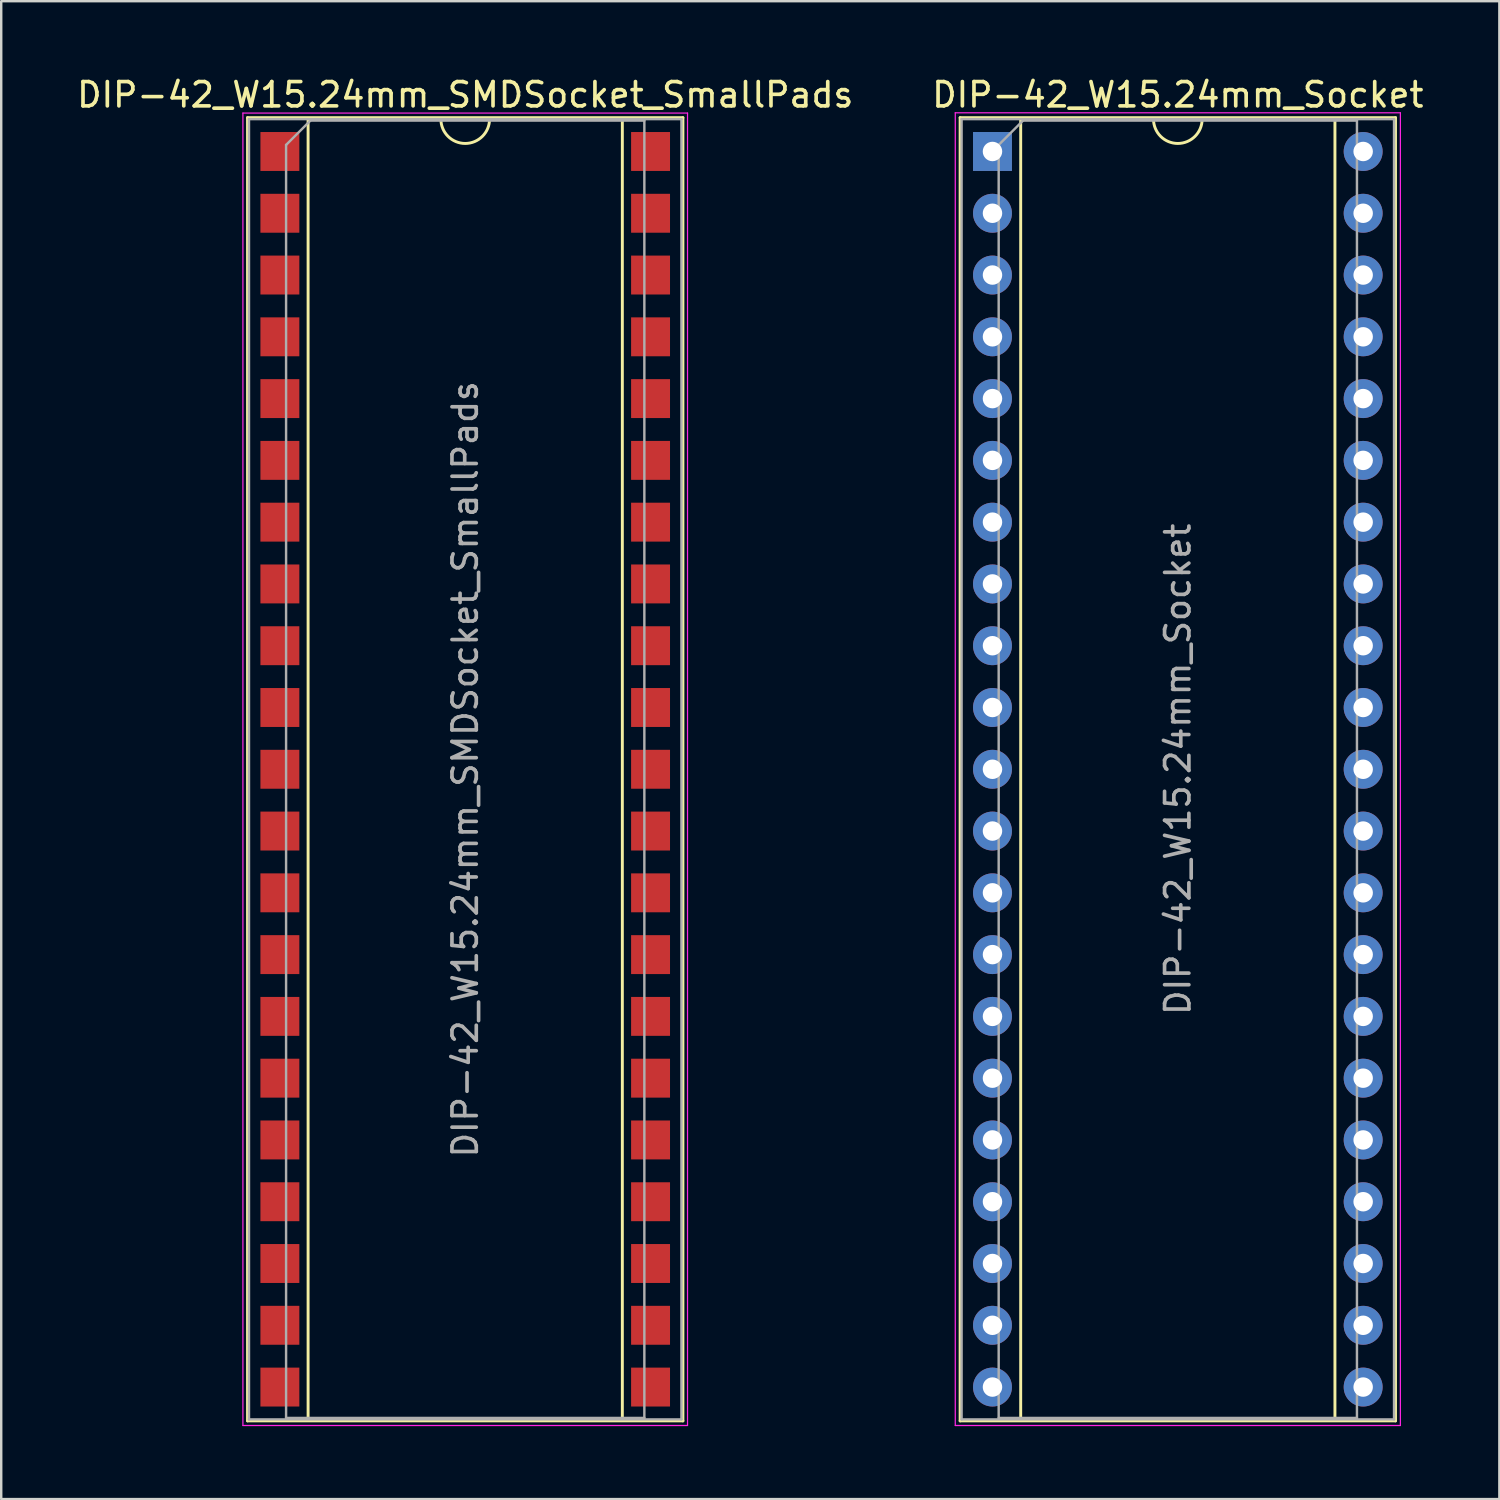
<source format=kicad_pcb>
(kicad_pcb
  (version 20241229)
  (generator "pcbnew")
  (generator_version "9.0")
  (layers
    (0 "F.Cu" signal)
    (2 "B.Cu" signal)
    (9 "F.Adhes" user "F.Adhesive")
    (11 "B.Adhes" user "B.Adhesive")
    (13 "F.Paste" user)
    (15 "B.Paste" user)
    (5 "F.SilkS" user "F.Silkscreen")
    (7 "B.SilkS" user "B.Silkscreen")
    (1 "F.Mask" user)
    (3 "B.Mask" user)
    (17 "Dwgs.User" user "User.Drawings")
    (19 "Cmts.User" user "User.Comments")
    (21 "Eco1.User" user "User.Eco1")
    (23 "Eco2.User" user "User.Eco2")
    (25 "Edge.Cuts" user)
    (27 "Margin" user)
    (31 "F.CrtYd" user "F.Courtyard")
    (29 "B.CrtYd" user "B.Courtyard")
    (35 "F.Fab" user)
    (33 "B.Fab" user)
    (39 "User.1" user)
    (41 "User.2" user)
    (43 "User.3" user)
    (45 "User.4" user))
  (footprint "DIP-42_W15.24mm_Socket"
    (layer "F.Cu")
    (at 37.755 3.178)
    (property "Reference" "DIP-42_W15.24mm_Socket" (at 7.62 -2.33 0) (layer "F.SilkS") (effects (font (size 1 1) (thickness 0.15))))
    (attr through_hole)
    (fp_line (start -1.33 -1.39) (end -1.33 52.19) (stroke (width 0.12) (type solid)) (layer "F.SilkS"))
    (fp_line (start -1.33 52.19) (end 16.57 52.19) (stroke (width 0.12) (type solid)) (layer "F.SilkS"))
    (fp_line (start 1.16 -1.33) (end 1.16 52.13) (stroke (width 0.12) (type solid)) (layer "F.SilkS"))
    (fp_line (start 1.16 52.13) (end 14.08 52.13) (stroke (width 0.12) (type solid)) (layer "F.SilkS"))
    (fp_line (start 6.62 -1.33) (end 1.16 -1.33) (stroke (width 0.12) (type solid)) (layer "F.SilkS"))
    (fp_line (start 14.08 -1.33) (end 8.62 -1.33) (stroke (width 0.12) (type solid)) (layer "F.SilkS"))
    (fp_line (start 14.08 52.13) (end 14.08 -1.33) (stroke (width 0.12) (type solid)) (layer "F.SilkS"))
    (fp_line (start 16.57 -1.39) (end -1.33 -1.39) (stroke (width 0.12) (type solid)) (layer "F.SilkS"))
    (fp_line (start 16.57 52.19) (end 16.57 -1.39) (stroke (width 0.12) (type solid)) (layer "F.SilkS"))
    (fp_arc (start 8.62 -1.33) (mid 7.62 -0.33) (end 6.62 -1.33) (stroke (width 0.12) (type solid)) (layer "F.SilkS"))
    (fp_line (start -1.53 -1.59) (end -1.53 52.38) (stroke (width 0.05) (type solid)) (layer "F.CrtYd"))
    (fp_line (start -1.53 52.38) (end 16.77 52.38) (stroke (width 0.05) (type solid)) (layer "F.CrtYd"))
    (fp_line (start 16.77 -1.59) (end -1.53 -1.59) (stroke (width 0.05) (type solid)) (layer "F.CrtYd"))
    (fp_line (start 16.77 52.38) (end 16.77 -1.59) (stroke (width 0.05) (type solid)) (layer "F.CrtYd"))
    (fp_line (start -1.27 -1.33) (end -1.27 52.13) (stroke (width 0.1) (type solid)) (layer "F.Fab"))
    (fp_line (start -1.27 52.13) (end 16.51 52.13) (stroke (width 0.1) (type solid)) (layer "F.Fab"))
    (fp_line (start 0.255 -0.27) (end 1.255 -1.27) (stroke (width 0.1) (type solid)) (layer "F.Fab"))
    (fp_line (start 0.255 52.07) (end 0.255 -0.27) (stroke (width 0.1) (type solid)) (layer "F.Fab"))
    (fp_line (start 1.255 -1.27) (end 14.985 -1.27) (stroke (width 0.1) (type solid)) (layer "F.Fab"))
    (fp_line (start 14.985 -1.27) (end 14.985 52.07) (stroke (width 0.1) (type solid)) (layer "F.Fab"))
    (fp_line (start 14.985 52.07) (end 0.255 52.07) (stroke (width 0.1) (type solid)) (layer "F.Fab"))
    (fp_line (start 16.51 -1.33) (end -1.27 -1.33) (stroke (width 0.1) (type solid)) (layer "F.Fab"))
    (fp_line (start 16.51 52.13) (end 16.51 -1.33) (stroke (width 0.1) (type solid)) (layer "F.Fab"))
    (fp_text user "${REFERENCE}" (at 7.62 25.4 90) (layer "F.Fab") (effects (font (size 1 1) (thickness 0.15))))
    (pad "1" thru_hole rect (at 0 0) (size 1.6 1.6) (drill 0.8) (layers "*.Cu" "*.Mask"))
    (pad "2" thru_hole circle (at 0 2.54) (size 1.6 1.6) (drill 0.8) (layers "*.Cu" "*.Mask"))
    (pad "3" thru_hole circle (at 0 5.08) (size 1.6 1.6) (drill 0.8) (layers "*.Cu" "*.Mask"))
    (pad "4" thru_hole circle (at 0 7.62) (size 1.6 1.6) (drill 0.8) (layers "*.Cu" "*.Mask"))
    (pad "5" thru_hole circle (at 0 10.16) (size 1.6 1.6) (drill 0.8) (layers "*.Cu" "*.Mask"))
    (pad "6" thru_hole circle (at 0 12.7) (size 1.6 1.6) (drill 0.8) (layers "*.Cu" "*.Mask"))
    (pad "7" thru_hole circle (at 0 15.24) (size 1.6 1.6) (drill 0.8) (layers "*.Cu" "*.Mask"))
    (pad "8" thru_hole circle (at 0 17.78) (size 1.6 1.6) (drill 0.8) (layers "*.Cu" "*.Mask"))
    (pad "9" thru_hole circle (at 0 20.32) (size 1.6 1.6) (drill 0.8) (layers "*.Cu" "*.Mask"))
    (pad "10" thru_hole circle (at 0 22.86) (size 1.6 1.6) (drill 0.8) (layers "*.Cu" "*.Mask"))
    (pad "11" thru_hole circle (at 0 25.4) (size 1.6 1.6) (drill 0.8) (layers "*.Cu" "*.Mask"))
    (pad "12" thru_hole circle (at 0 27.94) (size 1.6 1.6) (drill 0.8) (layers "*.Cu" "*.Mask"))
    (pad "13" thru_hole circle (at 0 30.48) (size 1.6 1.6) (drill 0.8) (layers "*.Cu" "*.Mask"))
    (pad "14" thru_hole circle (at 0 33.02) (size 1.6 1.6) (drill 0.8) (layers "*.Cu" "*.Mask"))
    (pad "15" thru_hole circle (at 0 35.56) (size 1.6 1.6) (drill 0.8) (layers "*.Cu" "*.Mask"))
    (pad "16" thru_hole circle (at 0 38.1) (size 1.6 1.6) (drill 0.8) (layers "*.Cu" "*.Mask"))
    (pad "17" thru_hole circle (at 0 40.64) (size 1.6 1.6) (drill 0.8) (layers "*.Cu" "*.Mask"))
    (pad "18" thru_hole circle (at 0 43.18) (size 1.6 1.6) (drill 0.8) (layers "*.Cu" "*.Mask"))
    (pad "19" thru_hole circle (at 0 45.72) (size 1.6 1.6) (drill 0.8) (layers "*.Cu" "*.Mask"))
    (pad "20" thru_hole circle (at 0 48.26) (size 1.6 1.6) (drill 0.8) (layers "*.Cu" "*.Mask"))
    (pad "21" thru_hole circle (at 0 50.8) (size 1.6 1.6) (drill 0.8) (layers "*.Cu" "*.Mask"))
    (pad "22" thru_hole circle (at 15.24 50.8) (size 1.6 1.6) (drill 0.8) (layers "*.Cu" "*.Mask"))
    (pad "23" thru_hole circle (at 15.24 48.26) (size 1.6 1.6) (drill 0.8) (layers "*.Cu" "*.Mask"))
    (pad "24" thru_hole circle (at 15.24 45.72) (size 1.6 1.6) (drill 0.8) (layers "*.Cu" "*.Mask"))
    (pad "25" thru_hole circle (at 15.24 43.18) (size 1.6 1.6) (drill 0.8) (layers "*.Cu" "*.Mask"))
    (pad "26" thru_hole circle (at 15.24 40.64) (size 1.6 1.6) (drill 0.8) (layers "*.Cu" "*.Mask"))
    (pad "27" thru_hole circle (at 15.24 38.1) (size 1.6 1.6) (drill 0.8) (layers "*.Cu" "*.Mask"))
    (pad "28" thru_hole circle (at 15.24 35.56) (size 1.6 1.6) (drill 0.8) (layers "*.Cu" "*.Mask"))
    (pad "29" thru_hole circle (at 15.24 33.02) (size 1.6 1.6) (drill 0.8) (layers "*.Cu" "*.Mask"))
    (pad "30" thru_hole circle (at 15.24 30.48) (size 1.6 1.6) (drill 0.8) (layers "*.Cu" "*.Mask"))
    (pad "31" thru_hole circle (at 15.24 27.94) (size 1.6 1.6) (drill 0.8) (layers "*.Cu" "*.Mask"))
    (pad "32" thru_hole circle (at 15.24 25.4) (size 1.6 1.6) (drill 0.8) (layers "*.Cu" "*.Mask"))
    (pad "33" thru_hole circle (at 15.24 22.86) (size 1.6 1.6) (drill 0.8) (layers "*.Cu" "*.Mask"))
    (pad "34" thru_hole circle (at 15.24 20.32) (size 1.6 1.6) (drill 0.8) (layers "*.Cu" "*.Mask"))
    (pad "35" thru_hole circle (at 15.24 17.78) (size 1.6 1.6) (drill 0.8) (layers "*.Cu" "*.Mask"))
    (pad "36" thru_hole circle (at 15.24 15.24) (size 1.6 1.6) (drill 0.8) (layers "*.Cu" "*.Mask"))
    (pad "37" thru_hole circle (at 15.24 12.7) (size 1.6 1.6) (drill 0.8) (layers "*.Cu" "*.Mask"))
    (pad "38" thru_hole circle (at 15.24 10.16) (size 1.6 1.6) (drill 0.8) (layers "*.Cu" "*.Mask"))
    (pad "39" thru_hole circle (at 15.24 7.62) (size 1.6 1.6) (drill 0.8) (layers "*.Cu" "*.Mask"))
    (pad "40" thru_hole circle (at 15.24 5.08) (size 1.6 1.6) (drill 0.8) (layers "*.Cu" "*.Mask"))
    (pad "41" thru_hole circle (at 15.24 2.54) (size 1.6 1.6) (drill 0.8) (layers "*.Cu" "*.Mask"))
    (pad "42" thru_hole circle (at 15.24 0) (size 1.6 1.6) (drill 0.8) (layers "*.Cu" "*.Mask")))
  (footprint "DIP-42_W15.24mm_SMDSocket_SmallPads"
    (layer "F.Cu")
    (at 16.077 28.578)
    (property "Reference" "DIP-42_W15.24mm_SMDSocket_SmallPads" (at 0 -27.73 0) (layer "F.SilkS") (effects (font (size 1 1) (thickness 0.15))))
    (attr smd)
    (fp_line (start -8.95 -26.79) (end -8.95 26.79) (stroke (width 0.12) (type solid)) (layer "F.SilkS"))
    (fp_line (start -8.95 26.79) (end 8.95 26.79) (stroke (width 0.12) (type solid)) (layer "F.SilkS"))
    (fp_line (start -6.46 -26.73) (end -6.46 26.73) (stroke (width 0.12) (type solid)) (layer "F.SilkS"))
    (fp_line (start -6.46 26.73) (end 6.46 26.73) (stroke (width 0.12) (type solid)) (layer "F.SilkS"))
    (fp_line (start -1 -26.73) (end -6.46 -26.73) (stroke (width 0.12) (type solid)) (layer "F.SilkS"))
    (fp_line (start 6.46 -26.73) (end 1 -26.73) (stroke (width 0.12) (type solid)) (layer "F.SilkS"))
    (fp_line (start 6.46 26.73) (end 6.46 -26.73) (stroke (width 0.12) (type solid)) (layer "F.SilkS"))
    (fp_line (start 8.95 -26.79) (end -8.95 -26.79) (stroke (width 0.12) (type solid)) (layer "F.SilkS"))
    (fp_line (start 8.95 26.79) (end 8.95 -26.79) (stroke (width 0.12) (type solid)) (layer "F.SilkS"))
    (fp_arc (start 1 -26.73) (mid 0 -25.73) (end -1 -26.73) (stroke (width 0.12) (type solid)) (layer "F.SilkS"))
    (fp_line (start -9.14 -26.98) (end -9.14 26.98) (stroke (width 0.05) (type solid)) (layer "F.CrtYd"))
    (fp_line (start -9.14 26.98) (end 9.14 26.98) (stroke (width 0.05) (type solid)) (layer "F.CrtYd"))
    (fp_line (start 9.14 -26.98) (end -9.14 -26.98) (stroke (width 0.05) (type solid)) (layer "F.CrtYd"))
    (fp_line (start 9.14 26.98) (end 9.14 -26.98) (stroke (width 0.05) (type solid)) (layer "F.CrtYd"))
    (fp_line (start -8.89 -26.73) (end -8.89 26.73) (stroke (width 0.1) (type solid)) (layer "F.Fab"))
    (fp_line (start -8.89 26.73) (end 8.89 26.73) (stroke (width 0.1) (type solid)) (layer "F.Fab"))
    (fp_line (start -7.365 -25.67) (end -6.365 -26.67) (stroke (width 0.1) (type solid)) (layer "F.Fab"))
    (fp_line (start -7.365 26.67) (end -7.365 -25.67) (stroke (width 0.1) (type solid)) (layer "F.Fab"))
    (fp_line (start -6.365 -26.67) (end 7.365 -26.67) (stroke (width 0.1) (type solid)) (layer "F.Fab"))
    (fp_line (start 7.365 -26.67) (end 7.365 26.67) (stroke (width 0.1) (type solid)) (layer "F.Fab"))
    (fp_line (start 7.365 26.67) (end -7.365 26.67) (stroke (width 0.1) (type solid)) (layer "F.Fab"))
    (fp_line (start 8.89 -26.73) (end -8.89 -26.73) (stroke (width 0.1) (type solid)) (layer "F.Fab"))
    (fp_line (start 8.89 26.73) (end 8.89 -26.73) (stroke (width 0.1) (type solid)) (layer "F.Fab"))
    (fp_text user "${REFERENCE}" (at 0 0 90) (layer "F.Fab") (effects (font (size 1 1) (thickness 0.15))))
    (pad "1" smd rect (at -7.62 -25.4) (size 1.6 1.6) (layers "F.Cu" "F.Mask" "F.Paste"))
    (pad "2" smd rect (at -7.62 -22.86) (size 1.6 1.6) (layers "F.Cu" "F.Mask" "F.Paste"))
    (pad "3" smd rect (at -7.62 -20.32) (size 1.6 1.6) (layers "F.Cu" "F.Mask" "F.Paste"))
    (pad "4" smd rect (at -7.62 -17.78) (size 1.6 1.6) (layers "F.Cu" "F.Mask" "F.Paste"))
    (pad "5" smd rect (at -7.62 -15.24) (size 1.6 1.6) (layers "F.Cu" "F.Mask" "F.Paste"))
    (pad "6" smd rect (at -7.62 -12.7) (size 1.6 1.6) (layers "F.Cu" "F.Mask" "F.Paste"))
    (pad "7" smd rect (at -7.62 -10.16) (size 1.6 1.6) (layers "F.Cu" "F.Mask" "F.Paste"))
    (pad "8" smd rect (at -7.62 -7.62) (size 1.6 1.6) (layers "F.Cu" "F.Mask" "F.Paste"))
    (pad "9" smd rect (at -7.62 -5.08) (size 1.6 1.6) (layers "F.Cu" "F.Mask" "F.Paste"))
    (pad "10" smd rect (at -7.62 -2.54) (size 1.6 1.6) (layers "F.Cu" "F.Mask" "F.Paste"))
    (pad "11" smd rect (at -7.62 0) (size 1.6 1.6) (layers "F.Cu" "F.Mask" "F.Paste"))
    (pad "12" smd rect (at -7.62 2.54) (size 1.6 1.6) (layers "F.Cu" "F.Mask" "F.Paste"))
    (pad "13" smd rect (at -7.62 5.08) (size 1.6 1.6) (layers "F.Cu" "F.Mask" "F.Paste"))
    (pad "14" smd rect (at -7.62 7.62) (size 1.6 1.6) (layers "F.Cu" "F.Mask" "F.Paste"))
    (pad "15" smd rect (at -7.62 10.16) (size 1.6 1.6) (layers "F.Cu" "F.Mask" "F.Paste"))
    (pad "16" smd rect (at -7.62 12.7) (size 1.6 1.6) (layers "F.Cu" "F.Mask" "F.Paste"))
    (pad "17" smd rect (at -7.62 15.24) (size 1.6 1.6) (layers "F.Cu" "F.Mask" "F.Paste"))
    (pad "18" smd rect (at -7.62 17.78) (size 1.6 1.6) (layers "F.Cu" "F.Mask" "F.Paste"))
    (pad "19" smd rect (at -7.62 20.32) (size 1.6 1.6) (layers "F.Cu" "F.Mask" "F.Paste"))
    (pad "20" smd rect (at -7.62 22.86) (size 1.6 1.6) (layers "F.Cu" "F.Mask" "F.Paste"))
    (pad "21" smd rect (at -7.62 25.4) (size 1.6 1.6) (layers "F.Cu" "F.Mask" "F.Paste"))
    (pad "22" smd rect (at 7.62 25.4) (size 1.6 1.6) (layers "F.Cu" "F.Mask" "F.Paste"))
    (pad "23" smd rect (at 7.62 22.86) (size 1.6 1.6) (layers "F.Cu" "F.Mask" "F.Paste"))
    (pad "24" smd rect (at 7.62 20.32) (size 1.6 1.6) (layers "F.Cu" "F.Mask" "F.Paste"))
    (pad "25" smd rect (at 7.62 17.78) (size 1.6 1.6) (layers "F.Cu" "F.Mask" "F.Paste"))
    (pad "26" smd rect (at 7.62 15.24) (size 1.6 1.6) (layers "F.Cu" "F.Mask" "F.Paste"))
    (pad "27" smd rect (at 7.62 12.7) (size 1.6 1.6) (layers "F.Cu" "F.Mask" "F.Paste"))
    (pad "28" smd rect (at 7.62 10.16) (size 1.6 1.6) (layers "F.Cu" "F.Mask" "F.Paste"))
    (pad "29" smd rect (at 7.62 7.62) (size 1.6 1.6) (layers "F.Cu" "F.Mask" "F.Paste"))
    (pad "30" smd rect (at 7.62 5.08) (size 1.6 1.6) (layers "F.Cu" "F.Mask" "F.Paste"))
    (pad "31" smd rect (at 7.62 2.54) (size 1.6 1.6) (layers "F.Cu" "F.Mask" "F.Paste"))
    (pad "32" smd rect (at 7.62 0) (size 1.6 1.6) (layers "F.Cu" "F.Mask" "F.Paste"))
    (pad "33" smd rect (at 7.62 -2.54) (size 1.6 1.6) (layers "F.Cu" "F.Mask" "F.Paste"))
    (pad "34" smd rect (at 7.62 -5.08) (size 1.6 1.6) (layers "F.Cu" "F.Mask" "F.Paste"))
    (pad "35" smd rect (at 7.62 -7.62) (size 1.6 1.6) (layers "F.Cu" "F.Mask" "F.Paste"))
    (pad "36" smd rect (at 7.62 -10.16) (size 1.6 1.6) (layers "F.Cu" "F.Mask" "F.Paste"))
    (pad "37" smd rect (at 7.62 -12.7) (size 1.6 1.6) (layers "F.Cu" "F.Mask" "F.Paste"))
    (pad "38" smd rect (at 7.62 -15.24) (size 1.6 1.6) (layers "F.Cu" "F.Mask" "F.Paste"))
    (pad "39" smd rect (at 7.62 -17.78) (size 1.6 1.6) (layers "F.Cu" "F.Mask" "F.Paste"))
    (pad "40" smd rect (at 7.62 -20.32) (size 1.6 1.6) (layers "F.Cu" "F.Mask" "F.Paste"))
    (pad "41" smd rect (at 7.62 -22.86) (size 1.6 1.6) (layers "F.Cu" "F.Mask" "F.Paste"))
    (pad "42" smd rect (at 7.62 -25.4) (size 1.6 1.6) (layers "F.Cu" "F.Mask" "F.Paste")))
  (gr_rect
    (start -3 -3)
    (end 58.595 58.583)
    (stroke (width 0.1) (type default))
    (fill no)
    (layer "Edge.Cuts")))
</source>
